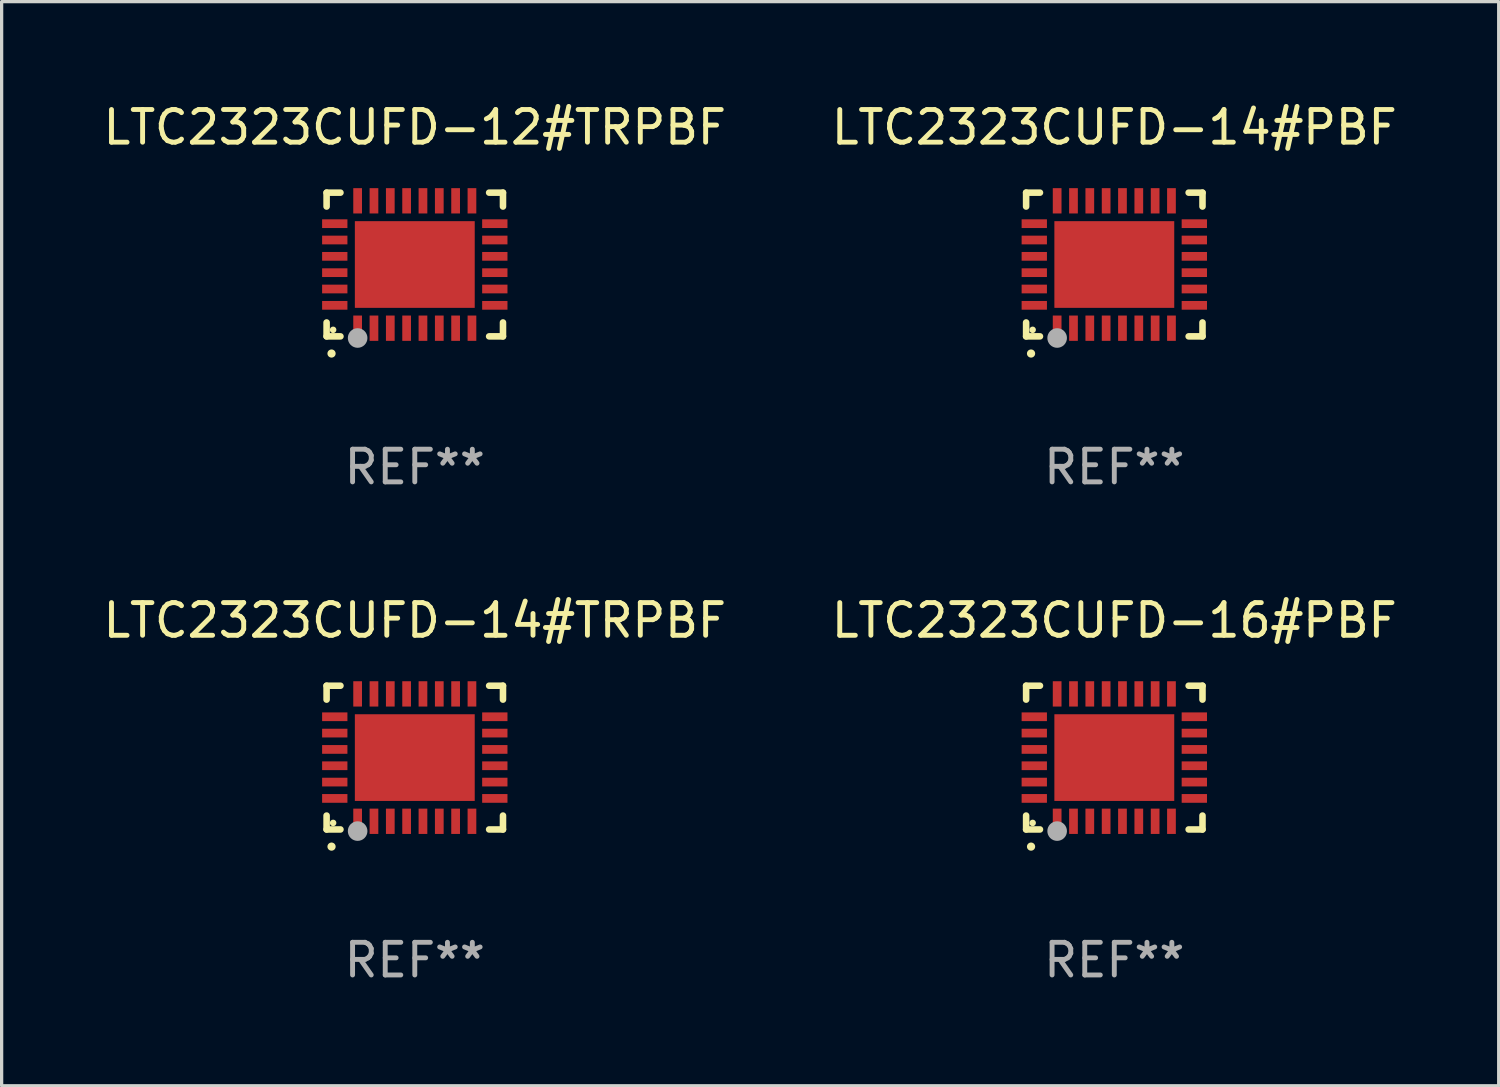
<source format=kicad_pcb>
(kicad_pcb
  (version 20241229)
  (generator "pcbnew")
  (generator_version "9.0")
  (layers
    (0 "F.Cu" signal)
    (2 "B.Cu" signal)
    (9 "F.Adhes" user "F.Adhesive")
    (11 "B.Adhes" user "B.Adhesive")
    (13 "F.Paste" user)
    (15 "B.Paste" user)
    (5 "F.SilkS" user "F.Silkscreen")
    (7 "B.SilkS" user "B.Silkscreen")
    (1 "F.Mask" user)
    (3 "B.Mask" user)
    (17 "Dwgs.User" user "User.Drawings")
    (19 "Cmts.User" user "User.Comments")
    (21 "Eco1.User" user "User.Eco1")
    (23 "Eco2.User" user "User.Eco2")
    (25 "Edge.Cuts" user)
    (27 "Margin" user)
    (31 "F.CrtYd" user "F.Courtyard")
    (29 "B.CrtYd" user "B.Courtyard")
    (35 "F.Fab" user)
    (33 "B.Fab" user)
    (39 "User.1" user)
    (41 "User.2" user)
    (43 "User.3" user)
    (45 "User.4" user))
  (footprint "LTC2323CUFD-16#PBF"
    (layer "F.Cu")
    (at 31.065 20.144)
    (property "Reference" "LTC2323CUFD-16#PBF" (at 0 -4.2 0) (layer "F.SilkS") (effects (font (size 1 1) (thickness 0.15))))
    (attr through_hole)
    (fp_line (start -2.7 -2.2) (end -2.276 -2.2) (stroke (width 0.201) (type solid)) (layer "F.SilkS"))
    (fp_line (start -2.7 -1.775) (end -2.7 -2.2) (stroke (width 0.201) (type solid)) (layer "F.SilkS"))
    (fp_line (start -2.7 2.2) (end -2.7 1.775) (stroke (width 0.201) (type solid)) (layer "F.SilkS"))
    (fp_line (start -2.276 2.2) (end -2.7 2.2) (stroke (width 0.201) (type solid)) (layer "F.SilkS"))
    (fp_line (start 2.276 2.2) (end 2.7 2.2) (stroke (width 0.201) (type solid)) (layer "F.SilkS"))
    (fp_line (start 2.7 -2.2) (end 2.276 -2.2) (stroke (width 0.201) (type solid)) (layer "F.SilkS"))
    (fp_line (start 2.7 -1.775) (end 2.7 -2.2) (stroke (width 0.201) (type solid)) (layer "F.SilkS"))
    (fp_line (start 2.7 2.2) (end 2.7 1.775) (stroke (width 0.201) (type solid)) (layer "F.SilkS"))
    (fp_arc (start -2.550165 2.725425) (mid -2.548895 2.725419) (end -2.547625 2.725425) (stroke (width 0.24892) (type solid)) (layer "F.SilkS"))
    (fp_circle (center -2.5 2) (end -2.45 2) (stroke (width 0.1) (type solid)) (fill no) (layer "F.SilkS"))
    (fp_circle (center -1.75 2.25) (end -1.6 2.25) (stroke (width 0.3) (type solid)) (fill no) (layer "F.Fab"))
    (fp_text user "REF**" (at 0 6.2 0) (layer "F.Fab") (effects (font (size 1 1) (thickness 0.15))))
    (pad "1" smd rect (at -1.75 1.95) (size 0.267 0.775) (layers "F.Cu" "F.Mask" "F.Paste"))
    (pad "2" smd rect (at -1.25 1.95) (size 0.267 0.775) (layers "F.Cu" "F.Mask" "F.Paste"))
    (pad "3" smd rect (at -0.75 1.95) (size 0.267 0.775) (layers "F.Cu" "F.Mask" "F.Paste"))
    (pad "4" smd rect (at -0.25 1.95) (size 0.267 0.775) (layers "F.Cu" "F.Mask" "F.Paste"))
    (pad "5" smd rect (at 0.25 1.95) (size 0.267 0.775) (layers "F.Cu" "F.Mask" "F.Paste"))
    (pad "6" smd rect (at 0.75 1.95) (size 0.267 0.775) (layers "F.Cu" "F.Mask" "F.Paste"))
    (pad "7" smd rect (at 1.25 1.95) (size 0.267 0.775) (layers "F.Cu" "F.Mask" "F.Paste"))
    (pad "8" smd rect (at 1.75 1.95) (size 0.267 0.775) (layers "F.Cu" "F.Mask" "F.Paste"))
    (pad "9" smd rect (at 2.45 1.25) (size 0.775 0.267) (layers "F.Cu" "F.Mask" "F.Paste"))
    (pad "10" smd rect (at 2.45 0.75) (size 0.775 0.267) (layers "F.Cu" "F.Mask" "F.Paste"))
    (pad "11" smd rect (at 2.45 0.25) (size 0.775 0.267) (layers "F.Cu" "F.Mask" "F.Paste"))
    (pad "12" smd rect (at 2.45 -0.25) (size 0.775 0.267) (layers "F.Cu" "F.Mask" "F.Paste"))
    (pad "13" smd rect (at 2.45 -0.75) (size 0.775 0.267) (layers "F.Cu" "F.Mask" "F.Paste"))
    (pad "14" smd rect (at 2.45 -1.25) (size 0.775 0.267) (layers "F.Cu" "F.Mask" "F.Paste"))
    (pad "15" smd rect (at 1.75 -1.95) (size 0.267 0.775) (layers "F.Cu" "F.Mask" "F.Paste"))
    (pad "16" smd rect (at 1.25 -1.95) (size 0.267 0.775) (layers "F.Cu" "F.Mask" "F.Paste"))
    (pad "17" smd rect (at 0.75 -1.95) (size 0.267 0.775) (layers "F.Cu" "F.Mask" "F.Paste"))
    (pad "18" smd rect (at 0.25 -1.95) (size 0.267 0.775) (layers "F.Cu" "F.Mask" "F.Paste"))
    (pad "19" smd rect (at -0.25 -1.95) (size 0.267 0.775) (layers "F.Cu" "F.Mask" "F.Paste"))
    (pad "20" smd rect (at -0.75 -1.95) (size 0.267 0.775) (layers "F.Cu" "F.Mask" "F.Paste"))
    (pad "21" smd rect (at -1.25 -1.95) (size 0.267 0.775) (layers "F.Cu" "F.Mask" "F.Paste"))
    (pad "22" smd rect (at -1.75 -1.95) (size 0.267 0.775) (layers "F.Cu" "F.Mask" "F.Paste"))
    (pad "23" smd rect (at -2.45 -1.25) (size 0.775 0.267) (layers "F.Cu" "F.Mask" "F.Paste"))
    (pad "24" smd rect (at -2.45 -0.75) (size 0.775 0.267) (layers "F.Cu" "F.Mask" "F.Paste"))
    (pad "25" smd rect (at -2.45 -0.25) (size 0.775 0.267) (layers "F.Cu" "F.Mask" "F.Paste"))
    (pad "26" smd rect (at -2.45 0.25) (size 0.775 0.267) (layers "F.Cu" "F.Mask" "F.Paste"))
    (pad "27" smd rect (at -2.45 0.75) (size 0.775 0.267) (layers "F.Cu" "F.Mask" "F.Paste"))
    (pad "28" smd rect (at -2.45 1.25) (size 0.775 0.267) (layers "F.Cu" "F.Mask" "F.Paste"))
    (pad "29" smd rect (at 0.000127 0.000127) (size 3.67 2.654) (layers "F.Cu" "F.Mask" "F.Paste")))
  (footprint "LTC2323CUFD-14#PBF"
    (layer "F.Cu")
    (at 31.065 5.048)
    (property "Reference" "LTC2323CUFD-14#PBF" (at 0 -4.2 0) (layer "F.SilkS") (effects (font (size 1 1) (thickness 0.15))))
    (attr through_hole)
    (fp_line (start -2.7 -2.2) (end -2.276 -2.2) (stroke (width 0.201) (type solid)) (layer "F.SilkS"))
    (fp_line (start -2.7 -1.775) (end -2.7 -2.2) (stroke (width 0.201) (type solid)) (layer "F.SilkS"))
    (fp_line (start -2.7 2.2) (end -2.7 1.775) (stroke (width 0.201) (type solid)) (layer "F.SilkS"))
    (fp_line (start -2.276 2.2) (end -2.7 2.2) (stroke (width 0.201) (type solid)) (layer "F.SilkS"))
    (fp_line (start 2.276 2.2) (end 2.7 2.2) (stroke (width 0.201) (type solid)) (layer "F.SilkS"))
    (fp_line (start 2.7 -2.2) (end 2.276 -2.2) (stroke (width 0.201) (type solid)) (layer "F.SilkS"))
    (fp_line (start 2.7 -1.775) (end 2.7 -2.2) (stroke (width 0.201) (type solid)) (layer "F.SilkS"))
    (fp_line (start 2.7 2.2) (end 2.7 1.775) (stroke (width 0.201) (type solid)) (layer "F.SilkS"))
    (fp_arc (start -2.550165 2.725425) (mid -2.548895 2.725419) (end -2.547625 2.725425) (stroke (width 0.24892) (type solid)) (layer "F.SilkS"))
    (fp_circle (center -2.5 2) (end -2.45 2) (stroke (width 0.1) (type solid)) (fill no) (layer "F.SilkS"))
    (fp_circle (center -1.75 2.25) (end -1.6 2.25) (stroke (width 0.3) (type solid)) (fill no) (layer "F.Fab"))
    (fp_text user "REF**" (at 0 6.2 0) (layer "F.Fab") (effects (font (size 1 1) (thickness 0.15))))
    (pad "1" smd rect (at -1.75 1.95) (size 0.267 0.775) (layers "F.Cu" "F.Mask" "F.Paste"))
    (pad "2" smd rect (at -1.25 1.95) (size 0.267 0.775) (layers "F.Cu" "F.Mask" "F.Paste"))
    (pad "3" smd rect (at -0.75 1.95) (size 0.267 0.775) (layers "F.Cu" "F.Mask" "F.Paste"))
    (pad "4" smd rect (at -0.25 1.95) (size 0.267 0.775) (layers "F.Cu" "F.Mask" "F.Paste"))
    (pad "5" smd rect (at 0.25 1.95) (size 0.267 0.775) (layers "F.Cu" "F.Mask" "F.Paste"))
    (pad "6" smd rect (at 0.75 1.95) (size 0.267 0.775) (layers "F.Cu" "F.Mask" "F.Paste"))
    (pad "7" smd rect (at 1.25 1.95) (size 0.267 0.775) (layers "F.Cu" "F.Mask" "F.Paste"))
    (pad "8" smd rect (at 1.75 1.95) (size 0.267 0.775) (layers "F.Cu" "F.Mask" "F.Paste"))
    (pad "9" smd rect (at 2.45 1.25) (size 0.775 0.267) (layers "F.Cu" "F.Mask" "F.Paste"))
    (pad "10" smd rect (at 2.45 0.75) (size 0.775 0.267) (layers "F.Cu" "F.Mask" "F.Paste"))
    (pad "11" smd rect (at 2.45 0.25) (size 0.775 0.267) (layers "F.Cu" "F.Mask" "F.Paste"))
    (pad "12" smd rect (at 2.45 -0.25) (size 0.775 0.267) (layers "F.Cu" "F.Mask" "F.Paste"))
    (pad "13" smd rect (at 2.45 -0.75) (size 0.775 0.267) (layers "F.Cu" "F.Mask" "F.Paste"))
    (pad "14" smd rect (at 2.45 -1.25) (size 0.775 0.267) (layers "F.Cu" "F.Mask" "F.Paste"))
    (pad "15" smd rect (at 1.75 -1.95) (size 0.267 0.775) (layers "F.Cu" "F.Mask" "F.Paste"))
    (pad "16" smd rect (at 1.25 -1.95) (size 0.267 0.775) (layers "F.Cu" "F.Mask" "F.Paste"))
    (pad "17" smd rect (at 0.75 -1.95) (size 0.267 0.775) (layers "F.Cu" "F.Mask" "F.Paste"))
    (pad "18" smd rect (at 0.25 -1.95) (size 0.267 0.775) (layers "F.Cu" "F.Mask" "F.Paste"))
    (pad "19" smd rect (at -0.25 -1.95) (size 0.267 0.775) (layers "F.Cu" "F.Mask" "F.Paste"))
    (pad "20" smd rect (at -0.75 -1.95) (size 0.267 0.775) (layers "F.Cu" "F.Mask" "F.Paste"))
    (pad "21" smd rect (at -1.25 -1.95) (size 0.267 0.775) (layers "F.Cu" "F.Mask" "F.Paste"))
    (pad "22" smd rect (at -1.75 -1.95) (size 0.267 0.775) (layers "F.Cu" "F.Mask" "F.Paste"))
    (pad "23" smd rect (at -2.45 -1.25) (size 0.775 0.267) (layers "F.Cu" "F.Mask" "F.Paste"))
    (pad "24" smd rect (at -2.45 -0.75) (size 0.775 0.267) (layers "F.Cu" "F.Mask" "F.Paste"))
    (pad "25" smd rect (at -2.45 -0.25) (size 0.775 0.267) (layers "F.Cu" "F.Mask" "F.Paste"))
    (pad "26" smd rect (at -2.45 0.25) (size 0.775 0.267) (layers "F.Cu" "F.Mask" "F.Paste"))
    (pad "27" smd rect (at -2.45 0.75) (size 0.775 0.267) (layers "F.Cu" "F.Mask" "F.Paste"))
    (pad "28" smd rect (at -2.45 1.25) (size 0.775 0.267) (layers "F.Cu" "F.Mask" "F.Paste"))
    (pad "29" smd rect (at 0.000127 0.000127) (size 3.67 2.654) (layers "F.Cu" "F.Mask" "F.Paste")))
  (footprint "LTC2323CUFD-12#TRPBF"
    (layer "F.Cu")
    (at 9.649 5.048)
    (property "Reference" "LTC2323CUFD-12#TRPBF" (at 0 -4.2 0) (layer "F.SilkS") (effects (font (size 1 1) (thickness 0.15))))
    (attr through_hole)
    (fp_line (start -2.7 -2.2) (end -2.276 -2.2) (stroke (width 0.201) (type solid)) (layer "F.SilkS"))
    (fp_line (start -2.7 -1.775) (end -2.7 -2.2) (stroke (width 0.201) (type solid)) (layer "F.SilkS"))
    (fp_line (start -2.7 2.2) (end -2.7 1.775) (stroke (width 0.201) (type solid)) (layer "F.SilkS"))
    (fp_line (start -2.276 2.2) (end -2.7 2.2) (stroke (width 0.201) (type solid)) (layer "F.SilkS"))
    (fp_line (start 2.276 2.2) (end 2.7 2.2) (stroke (width 0.201) (type solid)) (layer "F.SilkS"))
    (fp_line (start 2.7 -2.2) (end 2.276 -2.2) (stroke (width 0.201) (type solid)) (layer "F.SilkS"))
    (fp_line (start 2.7 -1.775) (end 2.7 -2.2) (stroke (width 0.201) (type solid)) (layer "F.SilkS"))
    (fp_line (start 2.7 2.2) (end 2.7 1.775) (stroke (width 0.201) (type solid)) (layer "F.SilkS"))
    (fp_arc (start -2.550165 2.725425) (mid -2.548895 2.725419) (end -2.547625 2.725425) (stroke (width 0.24892) (type solid)) (layer "F.SilkS"))
    (fp_circle (center -2.5 2) (end -2.45 2) (stroke (width 0.1) (type solid)) (fill no) (layer "F.SilkS"))
    (fp_circle (center -1.75 2.25) (end -1.6 2.25) (stroke (width 0.3) (type solid)) (fill no) (layer "F.Fab"))
    (fp_text user "REF**" (at 0 6.2 0) (layer "F.Fab") (effects (font (size 1 1) (thickness 0.15))))
    (pad "1" smd rect (at -1.75 1.95) (size 0.267 0.775) (layers "F.Cu" "F.Mask" "F.Paste"))
    (pad "2" smd rect (at -1.25 1.95) (size 0.267 0.775) (layers "F.Cu" "F.Mask" "F.Paste"))
    (pad "3" smd rect (at -0.75 1.95) (size 0.267 0.775) (layers "F.Cu" "F.Mask" "F.Paste"))
    (pad "4" smd rect (at -0.25 1.95) (size 0.267 0.775) (layers "F.Cu" "F.Mask" "F.Paste"))
    (pad "5" smd rect (at 0.25 1.95) (size 0.267 0.775) (layers "F.Cu" "F.Mask" "F.Paste"))
    (pad "6" smd rect (at 0.75 1.95) (size 0.267 0.775) (layers "F.Cu" "F.Mask" "F.Paste"))
    (pad "7" smd rect (at 1.25 1.95) (size 0.267 0.775) (layers "F.Cu" "F.Mask" "F.Paste"))
    (pad "8" smd rect (at 1.75 1.95) (size 0.267 0.775) (layers "F.Cu" "F.Mask" "F.Paste"))
    (pad "9" smd rect (at 2.45 1.25) (size 0.775 0.267) (layers "F.Cu" "F.Mask" "F.Paste"))
    (pad "10" smd rect (at 2.45 0.75) (size 0.775 0.267) (layers "F.Cu" "F.Mask" "F.Paste"))
    (pad "11" smd rect (at 2.45 0.25) (size 0.775 0.267) (layers "F.Cu" "F.Mask" "F.Paste"))
    (pad "12" smd rect (at 2.45 -0.25) (size 0.775 0.267) (layers "F.Cu" "F.Mask" "F.Paste"))
    (pad "13" smd rect (at 2.45 -0.75) (size 0.775 0.267) (layers "F.Cu" "F.Mask" "F.Paste"))
    (pad "14" smd rect (at 2.45 -1.25) (size 0.775 0.267) (layers "F.Cu" "F.Mask" "F.Paste"))
    (pad "15" smd rect (at 1.75 -1.95) (size 0.267 0.775) (layers "F.Cu" "F.Mask" "F.Paste"))
    (pad "16" smd rect (at 1.25 -1.95) (size 0.267 0.775) (layers "F.Cu" "F.Mask" "F.Paste"))
    (pad "17" smd rect (at 0.75 -1.95) (size 0.267 0.775) (layers "F.Cu" "F.Mask" "F.Paste"))
    (pad "18" smd rect (at 0.25 -1.95) (size 0.267 0.775) (layers "F.Cu" "F.Mask" "F.Paste"))
    (pad "19" smd rect (at -0.25 -1.95) (size 0.267 0.775) (layers "F.Cu" "F.Mask" "F.Paste"))
    (pad "20" smd rect (at -0.75 -1.95) (size 0.267 0.775) (layers "F.Cu" "F.Mask" "F.Paste"))
    (pad "21" smd rect (at -1.25 -1.95) (size 0.267 0.775) (layers "F.Cu" "F.Mask" "F.Paste"))
    (pad "22" smd rect (at -1.75 -1.95) (size 0.267 0.775) (layers "F.Cu" "F.Mask" "F.Paste"))
    (pad "23" smd rect (at -2.45 -1.25) (size 0.775 0.267) (layers "F.Cu" "F.Mask" "F.Paste"))
    (pad "24" smd rect (at -2.45 -0.75) (size 0.775 0.267) (layers "F.Cu" "F.Mask" "F.Paste"))
    (pad "25" smd rect (at -2.45 -0.25) (size 0.775 0.267) (layers "F.Cu" "F.Mask" "F.Paste"))
    (pad "26" smd rect (at -2.45 0.25) (size 0.775 0.267) (layers "F.Cu" "F.Mask" "F.Paste"))
    (pad "27" smd rect (at -2.45 0.75) (size 0.775 0.267) (layers "F.Cu" "F.Mask" "F.Paste"))
    (pad "28" smd rect (at -2.45 1.25) (size 0.775 0.267) (layers "F.Cu" "F.Mask" "F.Paste"))
    (pad "29" smd rect (at 0.000127 0.000127) (size 3.67 2.654) (layers "F.Cu" "F.Mask" "F.Paste")))
  (footprint "LTC2323CUFD-14#TRPBF"
    (layer "F.Cu")
    (at 9.649 20.144)
    (property "Reference" "LTC2323CUFD-14#TRPBF" (at 0 -4.2 0) (layer "F.SilkS") (effects (font (size 1 1) (thickness 0.15))))
    (attr through_hole)
    (fp_line (start -2.7 -2.2) (end -2.276 -2.2) (stroke (width 0.201) (type solid)) (layer "F.SilkS"))
    (fp_line (start -2.7 -1.775) (end -2.7 -2.2) (stroke (width 0.201) (type solid)) (layer "F.SilkS"))
    (fp_line (start -2.7 2.2) (end -2.7 1.775) (stroke (width 0.201) (type solid)) (layer "F.SilkS"))
    (fp_line (start -2.276 2.2) (end -2.7 2.2) (stroke (width 0.201) (type solid)) (layer "F.SilkS"))
    (fp_line (start 2.276 2.2) (end 2.7 2.2) (stroke (width 0.201) (type solid)) (layer "F.SilkS"))
    (fp_line (start 2.7 -2.2) (end 2.276 -2.2) (stroke (width 0.201) (type solid)) (layer "F.SilkS"))
    (fp_line (start 2.7 -1.775) (end 2.7 -2.2) (stroke (width 0.201) (type solid)) (layer "F.SilkS"))
    (fp_line (start 2.7 2.2) (end 2.7 1.775) (stroke (width 0.201) (type solid)) (layer "F.SilkS"))
    (fp_arc (start -2.550165 2.725425) (mid -2.548895 2.725419) (end -2.547625 2.725425) (stroke (width 0.24892) (type solid)) (layer "F.SilkS"))
    (fp_circle (center -2.5 2) (end -2.45 2) (stroke (width 0.1) (type solid)) (fill no) (layer "F.SilkS"))
    (fp_circle (center -1.75 2.25) (end -1.6 2.25) (stroke (width 0.3) (type solid)) (fill no) (layer "F.Fab"))
    (fp_text user "REF**" (at 0 6.2 0) (layer "F.Fab") (effects (font (size 1 1) (thickness 0.15))))
    (pad "1" smd rect (at -1.75 1.95) (size 0.267 0.775) (layers "F.Cu" "F.Mask" "F.Paste"))
    (pad "2" smd rect (at -1.25 1.95) (size 0.267 0.775) (layers "F.Cu" "F.Mask" "F.Paste"))
    (pad "3" smd rect (at -0.75 1.95) (size 0.267 0.775) (layers "F.Cu" "F.Mask" "F.Paste"))
    (pad "4" smd rect (at -0.25 1.95) (size 0.267 0.775) (layers "F.Cu" "F.Mask" "F.Paste"))
    (pad "5" smd rect (at 0.25 1.95) (size 0.267 0.775) (layers "F.Cu" "F.Mask" "F.Paste"))
    (pad "6" smd rect (at 0.75 1.95) (size 0.267 0.775) (layers "F.Cu" "F.Mask" "F.Paste"))
    (pad "7" smd rect (at 1.25 1.95) (size 0.267 0.775) (layers "F.Cu" "F.Mask" "F.Paste"))
    (pad "8" smd rect (at 1.75 1.95) (size 0.267 0.775) (layers "F.Cu" "F.Mask" "F.Paste"))
    (pad "9" smd rect (at 2.45 1.25) (size 0.775 0.267) (layers "F.Cu" "F.Mask" "F.Paste"))
    (pad "10" smd rect (at 2.45 0.75) (size 0.775 0.267) (layers "F.Cu" "F.Mask" "F.Paste"))
    (pad "11" smd rect (at 2.45 0.25) (size 0.775 0.267) (layers "F.Cu" "F.Mask" "F.Paste"))
    (pad "12" smd rect (at 2.45 -0.25) (size 0.775 0.267) (layers "F.Cu" "F.Mask" "F.Paste"))
    (pad "13" smd rect (at 2.45 -0.75) (size 0.775 0.267) (layers "F.Cu" "F.Mask" "F.Paste"))
    (pad "14" smd rect (at 2.45 -1.25) (size 0.775 0.267) (layers "F.Cu" "F.Mask" "F.Paste"))
    (pad "15" smd rect (at 1.75 -1.95) (size 0.267 0.775) (layers "F.Cu" "F.Mask" "F.Paste"))
    (pad "16" smd rect (at 1.25 -1.95) (size 0.267 0.775) (layers "F.Cu" "F.Mask" "F.Paste"))
    (pad "17" smd rect (at 0.75 -1.95) (size 0.267 0.775) (layers "F.Cu" "F.Mask" "F.Paste"))
    (pad "18" smd rect (at 0.25 -1.95) (size 0.267 0.775) (layers "F.Cu" "F.Mask" "F.Paste"))
    (pad "19" smd rect (at -0.25 -1.95) (size 0.267 0.775) (layers "F.Cu" "F.Mask" "F.Paste"))
    (pad "20" smd rect (at -0.75 -1.95) (size 0.267 0.775) (layers "F.Cu" "F.Mask" "F.Paste"))
    (pad "21" smd rect (at -1.25 -1.95) (size 0.267 0.775) (layers "F.Cu" "F.Mask" "F.Paste"))
    (pad "22" smd rect (at -1.75 -1.95) (size 0.267 0.775) (layers "F.Cu" "F.Mask" "F.Paste"))
    (pad "23" smd rect (at -2.45 -1.25) (size 0.775 0.267) (layers "F.Cu" "F.Mask" "F.Paste"))
    (pad "24" smd rect (at -2.45 -0.75) (size 0.775 0.267) (layers "F.Cu" "F.Mask" "F.Paste"))
    (pad "25" smd rect (at -2.45 -0.25) (size 0.775 0.267) (layers "F.Cu" "F.Mask" "F.Paste"))
    (pad "26" smd rect (at -2.45 0.25) (size 0.775 0.267) (layers "F.Cu" "F.Mask" "F.Paste"))
    (pad "27" smd rect (at -2.45 0.75) (size 0.775 0.267) (layers "F.Cu" "F.Mask" "F.Paste"))
    (pad "28" smd rect (at -2.45 1.25) (size 0.775 0.267) (layers "F.Cu" "F.Mask" "F.Paste"))
    (pad "29" smd rect (at 0.000127 0.000127) (size 3.67 2.654) (layers "F.Cu" "F.Mask" "F.Paste")))
  (gr_rect
    (start -3 -3)
    (end 42.833 30.192)
    (stroke (width 0.1) (type default))
    (fill no)
    (layer "Edge.Cuts")))
</source>
